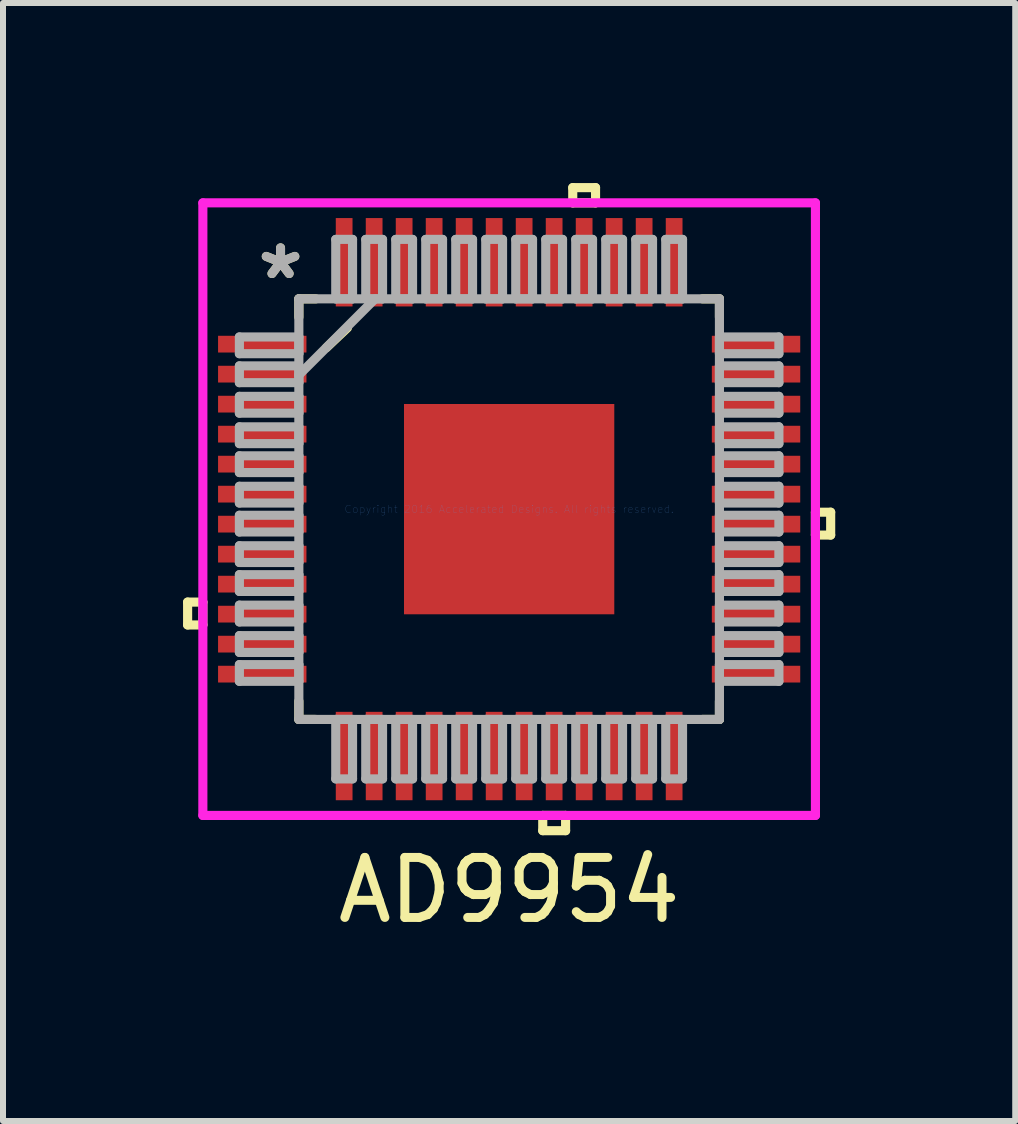
<source format=kicad_pcb>
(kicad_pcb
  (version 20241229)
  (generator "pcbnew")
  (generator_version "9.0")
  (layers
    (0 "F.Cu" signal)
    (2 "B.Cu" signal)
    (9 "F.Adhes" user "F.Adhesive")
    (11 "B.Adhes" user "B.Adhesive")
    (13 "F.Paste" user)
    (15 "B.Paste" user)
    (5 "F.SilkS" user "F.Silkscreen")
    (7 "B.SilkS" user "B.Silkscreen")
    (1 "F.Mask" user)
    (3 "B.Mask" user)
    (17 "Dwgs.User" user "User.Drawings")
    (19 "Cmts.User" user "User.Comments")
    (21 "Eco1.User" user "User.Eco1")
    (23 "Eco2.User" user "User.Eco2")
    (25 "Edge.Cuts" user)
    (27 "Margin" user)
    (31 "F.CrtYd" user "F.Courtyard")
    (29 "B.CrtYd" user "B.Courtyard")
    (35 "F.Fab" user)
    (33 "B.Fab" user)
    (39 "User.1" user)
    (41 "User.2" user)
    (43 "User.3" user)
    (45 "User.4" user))
  (footprint "AD9954"
    (layer "F.Cu")
    (at 5.436 5.436)
    (property "Reference" "AD9954" (at 0 6.35 0) (layer "F.SilkS") (effects (font (size 1 1) (thickness 0.15))))
    (attr through_hole)
    (fp_line (start -5.359 1.549) (end -5.359 1.93) (stroke (width 0.152) (type solid)) (layer "F.SilkS"))
    (fp_line (start -5.359 1.93) (end -5.105 1.93) (stroke (width 0.152) (type solid)) (layer "F.SilkS"))
    (fp_line (start -5.105 1.549) (end -5.359 1.549) (stroke (width 0.152) (type solid)) (layer "F.SilkS"))
    (fp_line (start -5.105 1.93) (end -5.105 1.549) (stroke (width 0.152) (type solid)) (layer "F.SilkS"))
    (fp_line (start -3.505 -3.505) (end -3.505 -3.2) (stroke (width 0.152) (type solid)) (layer "F.SilkS"))
    (fp_line (start -3.505 3.2) (end -3.505 3.505) (stroke (width 0.152) (type solid)) (layer "F.SilkS"))
    (fp_line (start -3.505 3.505) (end -3.222 3.505) (stroke (width 0.152) (type solid)) (layer "F.SilkS"))
    (fp_line (start -3.222 -3.505) (end -3.505 -3.505) (stroke (width 0.152) (type solid)) (layer "F.SilkS"))
    (fp_line (start -3.045 -2.692) (end -2.695 -3.023) (stroke (width 0.152) (type solid)) (layer "F.SilkS"))
    (fp_line (start 0.56 5.105) (end 0.56 5.359) (stroke (width 0.152) (type solid)) (layer "F.SilkS"))
    (fp_line (start 0.56 5.359) (end 0.941 5.359) (stroke (width 0.152) (type solid)) (layer "F.SilkS"))
    (fp_line (start 0.941 5.105) (end 0.56 5.105) (stroke (width 0.152) (type solid)) (layer "F.SilkS"))
    (fp_line (start 0.941 5.359) (end 0.941 5.105) (stroke (width 0.152) (type solid)) (layer "F.SilkS"))
    (fp_line (start 1.06 -5.359) (end 1.44 -5.359) (stroke (width 0.152) (type solid)) (layer "F.SilkS"))
    (fp_line (start 1.06 -5.105) (end 1.06 -5.359) (stroke (width 0.152) (type solid)) (layer "F.SilkS"))
    (fp_line (start 1.44 -5.359) (end 1.44 -5.105) (stroke (width 0.152) (type solid)) (layer "F.SilkS"))
    (fp_line (start 1.44 -5.105) (end 1.06 -5.105) (stroke (width 0.152) (type solid)) (layer "F.SilkS"))
    (fp_line (start 3.222 3.505) (end 3.505 3.505) (stroke (width 0.152) (type solid)) (layer "F.SilkS"))
    (fp_line (start 3.505 -3.505) (end 3.222 -3.505) (stroke (width 0.152) (type solid)) (layer "F.SilkS"))
    (fp_line (start 3.505 -3.2) (end 3.505 -3.505) (stroke (width 0.152) (type solid)) (layer "F.SilkS"))
    (fp_line (start 3.505 3.505) (end 3.505 3.2) (stroke (width 0.152) (type solid)) (layer "F.SilkS"))
    (fp_line (start 5.105 0.051) (end 5.359 0.051) (stroke (width 0.152) (type solid)) (layer "F.SilkS"))
    (fp_line (start 5.105 0.432) (end 5.105 0.051) (stroke (width 0.152) (type solid)) (layer "F.SilkS"))
    (fp_line (start 5.359 0.051) (end 5.359 0.432) (stroke (width 0.152) (type solid)) (layer "F.SilkS"))
    (fp_line (start 5.359 0.432) (end 5.105 0.432) (stroke (width 0.152) (type solid)) (layer "F.SilkS"))
    (fp_line (start -5.105 -5.105) (end 5.105 -5.105) (stroke (width 0.152) (type solid)) (layer "F.CrtYd"))
    (fp_line (start -5.105 5.105) (end -5.105 -5.105) (stroke (width 0.152) (type solid)) (layer "F.CrtYd"))
    (fp_line (start 5.105 -5.105) (end 5.105 5.105) (stroke (width 0.152) (type solid)) (layer "F.CrtYd"))
    (fp_line (start 5.105 5.105) (end -5.105 5.105) (stroke (width 0.152) (type solid)) (layer "F.CrtYd"))
    (fp_line (start -4.496 -2.87) (end -4.496 -2.591) (stroke (width 0.152) (type solid)) (layer "F.Fab"))
    (fp_line (start -4.496 -2.591) (end -3.505 -2.591) (stroke (width 0.152) (type solid)) (layer "F.Fab"))
    (fp_line (start -4.496 -2.388) (end -4.496 -2.108) (stroke (width 0.152) (type solid)) (layer "F.Fab"))
    (fp_line (start -4.496 -2.108) (end -3.505 -2.108) (stroke (width 0.152) (type solid)) (layer "F.Fab"))
    (fp_line (start -4.496 -1.88) (end -4.496 -1.6) (stroke (width 0.152) (type solid)) (layer "F.Fab"))
    (fp_line (start -4.496 -1.6) (end -3.505 -1.6) (stroke (width 0.152) (type solid)) (layer "F.Fab"))
    (fp_line (start -4.496 -1.372) (end -4.496 -1.092) (stroke (width 0.152) (type solid)) (layer "F.Fab"))
    (fp_line (start -4.496 -1.092) (end -3.505 -1.092) (stroke (width 0.152) (type solid)) (layer "F.Fab"))
    (fp_line (start -4.496 -0.889) (end -4.496 -0.61) (stroke (width 0.152) (type solid)) (layer "F.Fab"))
    (fp_line (start -4.496 -0.61) (end -3.505 -0.61) (stroke (width 0.152) (type solid)) (layer "F.Fab"))
    (fp_line (start -4.496 -0.381) (end -4.496 -0.102) (stroke (width 0.152) (type solid)) (layer "F.Fab"))
    (fp_line (start -4.496 -0.102) (end -3.505 -0.102) (stroke (width 0.152) (type solid)) (layer "F.Fab"))
    (fp_line (start -4.496 0.102) (end -4.496 0.381) (stroke (width 0.152) (type solid)) (layer "F.Fab"))
    (fp_line (start -4.496 0.381) (end -3.505 0.381) (stroke (width 0.152) (type solid)) (layer "F.Fab"))
    (fp_line (start -4.496 0.61) (end -4.496 0.889) (stroke (width 0.152) (type solid)) (layer "F.Fab"))
    (fp_line (start -4.496 0.889) (end -3.505 0.889) (stroke (width 0.152) (type solid)) (layer "F.Fab"))
    (fp_line (start -4.496 1.092) (end -4.496 1.372) (stroke (width 0.152) (type solid)) (layer "F.Fab"))
    (fp_line (start -4.496 1.372) (end -3.505 1.372) (stroke (width 0.152) (type solid)) (layer "F.Fab"))
    (fp_line (start -4.496 1.6) (end -4.496 1.88) (stroke (width 0.152) (type solid)) (layer "F.Fab"))
    (fp_line (start -4.496 1.88) (end -3.505 1.88) (stroke (width 0.152) (type solid)) (layer "F.Fab"))
    (fp_line (start -4.496 2.108) (end -4.496 2.388) (stroke (width 0.152) (type solid)) (layer "F.Fab"))
    (fp_line (start -4.496 2.388) (end -3.505 2.388) (stroke (width 0.152) (type solid)) (layer "F.Fab"))
    (fp_line (start -4.496 2.591) (end -4.496 2.87) (stroke (width 0.152) (type solid)) (layer "F.Fab"))
    (fp_line (start -4.496 2.87) (end -3.505 2.87) (stroke (width 0.152) (type solid)) (layer "F.Fab"))
    (fp_line (start -3.505 -3.505) (end -3.505 3.505) (stroke (width 0.152) (type solid)) (layer "F.Fab"))
    (fp_line (start -3.505 -2.87) (end -4.496 -2.87) (stroke (width 0.152) (type solid)) (layer "F.Fab"))
    (fp_line (start -3.505 -2.591) (end -3.505 -2.87) (stroke (width 0.152) (type solid)) (layer "F.Fab"))
    (fp_line (start -3.505 -2.388) (end -4.496 -2.388) (stroke (width 0.152) (type solid)) (layer "F.Fab"))
    (fp_line (start -3.505 -2.235) (end -2.235 -3.505) (stroke (width 0.152) (type solid)) (layer "F.Fab"))
    (fp_line (start -3.505 -2.108) (end -3.505 -2.388) (stroke (width 0.152) (type solid)) (layer "F.Fab"))
    (fp_line (start -3.505 -1.88) (end -4.496 -1.88) (stroke (width 0.152) (type solid)) (layer "F.Fab"))
    (fp_line (start -3.505 -1.6) (end -3.505 -1.88) (stroke (width 0.152) (type solid)) (layer "F.Fab"))
    (fp_line (start -3.505 -1.372) (end -4.496 -1.372) (stroke (width 0.152) (type solid)) (layer "F.Fab"))
    (fp_line (start -3.505 -1.092) (end -3.505 -1.372) (stroke (width 0.152) (type solid)) (layer "F.Fab"))
    (fp_line (start -3.505 -0.889) (end -4.496 -0.889) (stroke (width 0.152) (type solid)) (layer "F.Fab"))
    (fp_line (start -3.505 -0.61) (end -3.505 -0.889) (stroke (width 0.152) (type solid)) (layer "F.Fab"))
    (fp_line (start -3.505 -0.381) (end -4.496 -0.381) (stroke (width 0.152) (type solid)) (layer "F.Fab"))
    (fp_line (start -3.505 -0.102) (end -3.505 -0.381) (stroke (width 0.152) (type solid)) (layer "F.Fab"))
    (fp_line (start -3.505 0.102) (end -4.496 0.102) (stroke (width 0.152) (type solid)) (layer "F.Fab"))
    (fp_line (start -3.505 0.381) (end -3.505 0.102) (stroke (width 0.152) (type solid)) (layer "F.Fab"))
    (fp_line (start -3.505 0.61) (end -4.496 0.61) (stroke (width 0.152) (type solid)) (layer "F.Fab"))
    (fp_line (start -3.505 0.889) (end -3.505 0.61) (stroke (width 0.152) (type solid)) (layer "F.Fab"))
    (fp_line (start -3.505 1.092) (end -4.496 1.092) (stroke (width 0.152) (type solid)) (layer "F.Fab"))
    (fp_line (start -3.505 1.372) (end -3.505 1.092) (stroke (width 0.152) (type solid)) (layer "F.Fab"))
    (fp_line (start -3.505 1.6) (end -4.496 1.6) (stroke (width 0.152) (type solid)) (layer "F.Fab"))
    (fp_line (start -3.505 1.88) (end -3.505 1.6) (stroke (width 0.152) (type solid)) (layer "F.Fab"))
    (fp_line (start -3.505 2.108) (end -4.496 2.108) (stroke (width 0.152) (type solid)) (layer "F.Fab"))
    (fp_line (start -3.505 2.388) (end -3.505 2.108) (stroke (width 0.152) (type solid)) (layer "F.Fab"))
    (fp_line (start -3.505 2.591) (end -4.496 2.591) (stroke (width 0.152) (type solid)) (layer "F.Fab"))
    (fp_line (start -3.505 2.87) (end -3.505 2.591) (stroke (width 0.152) (type solid)) (layer "F.Fab"))
    (fp_line (start -3.505 3.505) (end 3.505 3.505) (stroke (width 0.152) (type solid)) (layer "F.Fab"))
    (fp_line (start -2.89 -4.496) (end -2.89 -3.505) (stroke (width 0.152) (type solid)) (layer "F.Fab"))
    (fp_line (start -2.89 -3.505) (end -2.61 -3.505) (stroke (width 0.152) (type solid)) (layer "F.Fab"))
    (fp_line (start -2.89 3.505) (end -2.89 4.496) (stroke (width 0.152) (type solid)) (layer "F.Fab"))
    (fp_line (start -2.89 4.496) (end -2.61 4.496) (stroke (width 0.152) (type solid)) (layer "F.Fab"))
    (fp_line (start -2.61 -4.496) (end -2.89 -4.496) (stroke (width 0.152) (type solid)) (layer "F.Fab"))
    (fp_line (start -2.61 -3.505) (end -2.61 -4.496) (stroke (width 0.152) (type solid)) (layer "F.Fab"))
    (fp_line (start -2.61 3.505) (end -2.89 3.505) (stroke (width 0.152) (type solid)) (layer "F.Fab"))
    (fp_line (start -2.61 4.496) (end -2.61 3.505) (stroke (width 0.152) (type solid)) (layer "F.Fab"))
    (fp_line (start -2.39 -4.496) (end -2.39 -3.505) (stroke (width 0.152) (type solid)) (layer "F.Fab"))
    (fp_line (start -2.39 -3.505) (end -2.11 -3.505) (stroke (width 0.152) (type solid)) (layer "F.Fab"))
    (fp_line (start -2.39 3.505) (end -2.39 4.496) (stroke (width 0.152) (type solid)) (layer "F.Fab"))
    (fp_line (start -2.39 4.496) (end -2.11 4.496) (stroke (width 0.152) (type solid)) (layer "F.Fab"))
    (fp_line (start -2.11 -4.496) (end -2.39 -4.496) (stroke (width 0.152) (type solid)) (layer "F.Fab"))
    (fp_line (start -2.11 -3.505) (end -2.11 -4.496) (stroke (width 0.152) (type solid)) (layer "F.Fab"))
    (fp_line (start -2.11 3.505) (end -2.39 3.505) (stroke (width 0.152) (type solid)) (layer "F.Fab"))
    (fp_line (start -2.11 4.496) (end -2.11 3.505) (stroke (width 0.152) (type solid)) (layer "F.Fab"))
    (fp_line (start -1.89 -4.496) (end -1.89 -3.505) (stroke (width 0.152) (type solid)) (layer "F.Fab"))
    (fp_line (start -1.89 -3.505) (end -1.61 -3.505) (stroke (width 0.152) (type solid)) (layer "F.Fab"))
    (fp_line (start -1.89 3.505) (end -1.89 4.496) (stroke (width 0.152) (type solid)) (layer "F.Fab"))
    (fp_line (start -1.89 4.496) (end -1.61 4.496) (stroke (width 0.152) (type solid)) (layer "F.Fab"))
    (fp_line (start -1.61 -4.496) (end -1.89 -4.496) (stroke (width 0.152) (type solid)) (layer "F.Fab"))
    (fp_line (start -1.61 -3.505) (end -1.61 -4.496) (stroke (width 0.152) (type solid)) (layer "F.Fab"))
    (fp_line (start -1.61 3.505) (end -1.89 3.505) (stroke (width 0.152) (type solid)) (layer "F.Fab"))
    (fp_line (start -1.61 4.496) (end -1.61 3.505) (stroke (width 0.152) (type solid)) (layer "F.Fab"))
    (fp_line (start -1.39 -4.496) (end -1.39 -3.505) (stroke (width 0.152) (type solid)) (layer "F.Fab"))
    (fp_line (start -1.39 -3.505) (end -1.11 -3.505) (stroke (width 0.152) (type solid)) (layer "F.Fab"))
    (fp_line (start -1.39 3.505) (end -1.39 4.496) (stroke (width 0.152) (type solid)) (layer "F.Fab"))
    (fp_line (start -1.39 4.496) (end -1.11 4.496) (stroke (width 0.152) (type solid)) (layer "F.Fab"))
    (fp_line (start -1.11 -4.496) (end -1.39 -4.496) (stroke (width 0.152) (type solid)) (layer "F.Fab"))
    (fp_line (start -1.11 -3.505) (end -1.11 -4.496) (stroke (width 0.152) (type solid)) (layer "F.Fab"))
    (fp_line (start -1.11 3.505) (end -1.39 3.505) (stroke (width 0.152) (type solid)) (layer "F.Fab"))
    (fp_line (start -1.11 4.496) (end -1.11 3.505) (stroke (width 0.152) (type solid)) (layer "F.Fab"))
    (fp_line (start -0.89 -4.496) (end -0.89 -3.505) (stroke (width 0.152) (type solid)) (layer "F.Fab"))
    (fp_line (start -0.89 -3.505) (end -0.61 -3.505) (stroke (width 0.152) (type solid)) (layer "F.Fab"))
    (fp_line (start -0.89 3.505) (end -0.89 4.496) (stroke (width 0.152) (type solid)) (layer "F.Fab"))
    (fp_line (start -0.89 4.496) (end -0.61 4.496) (stroke (width 0.152) (type solid)) (layer "F.Fab"))
    (fp_line (start -0.61 -4.496) (end -0.89 -4.496) (stroke (width 0.152) (type solid)) (layer "F.Fab"))
    (fp_line (start -0.61 -3.505) (end -0.61 -4.496) (stroke (width 0.152) (type solid)) (layer "F.Fab"))
    (fp_line (start -0.61 3.505) (end -0.89 3.505) (stroke (width 0.152) (type solid)) (layer "F.Fab"))
    (fp_line (start -0.61 4.496) (end -0.61 3.505) (stroke (width 0.152) (type solid)) (layer "F.Fab"))
    (fp_line (start -0.39 -4.496) (end -0.39 -3.505) (stroke (width 0.152) (type solid)) (layer "F.Fab"))
    (fp_line (start -0.39 -3.505) (end -0.11 -3.505) (stroke (width 0.152) (type solid)) (layer "F.Fab"))
    (fp_line (start -0.39 3.505) (end -0.39 4.496) (stroke (width 0.152) (type solid)) (layer "F.Fab"))
    (fp_line (start -0.39 4.496) (end -0.11 4.496) (stroke (width 0.152) (type solid)) (layer "F.Fab"))
    (fp_line (start -0.11 -4.496) (end -0.39 -4.496) (stroke (width 0.152) (type solid)) (layer "F.Fab"))
    (fp_line (start -0.11 -3.505) (end -0.11 -4.496) (stroke (width 0.152) (type solid)) (layer "F.Fab"))
    (fp_line (start -0.11 3.505) (end -0.39 3.505) (stroke (width 0.152) (type solid)) (layer "F.Fab"))
    (fp_line (start -0.11 4.496) (end -0.11 3.505) (stroke (width 0.152) (type solid)) (layer "F.Fab"))
    (fp_line (start 0.11 -4.496) (end 0.11 -3.505) (stroke (width 0.152) (type solid)) (layer "F.Fab"))
    (fp_line (start 0.11 -3.505) (end 0.39 -3.505) (stroke (width 0.152) (type solid)) (layer "F.Fab"))
    (fp_line (start 0.11 3.505) (end 0.11 4.496) (stroke (width 0.152) (type solid)) (layer "F.Fab"))
    (fp_line (start 0.11 4.496) (end 0.39 4.496) (stroke (width 0.152) (type solid)) (layer "F.Fab"))
    (fp_line (start 0.39 -4.496) (end 0.11 -4.496) (stroke (width 0.152) (type solid)) (layer "F.Fab"))
    (fp_line (start 0.39 -3.505) (end 0.39 -4.496) (stroke (width 0.152) (type solid)) (layer "F.Fab"))
    (fp_line (start 0.39 3.505) (end 0.11 3.505) (stroke (width 0.152) (type solid)) (layer "F.Fab"))
    (fp_line (start 0.39 4.496) (end 0.39 3.505) (stroke (width 0.152) (type solid)) (layer "F.Fab"))
    (fp_line (start 0.61 -4.496) (end 0.61 -3.505) (stroke (width 0.152) (type solid)) (layer "F.Fab"))
    (fp_line (start 0.61 -3.505) (end 0.89 -3.505) (stroke (width 0.152) (type solid)) (layer "F.Fab"))
    (fp_line (start 0.61 3.505) (end 0.61 4.496) (stroke (width 0.152) (type solid)) (layer "F.Fab"))
    (fp_line (start 0.61 4.496) (end 0.89 4.496) (stroke (width 0.152) (type solid)) (layer "F.Fab"))
    (fp_line (start 0.89 -4.496) (end 0.61 -4.496) (stroke (width 0.152) (type solid)) (layer "F.Fab"))
    (fp_line (start 0.89 -3.505) (end 0.89 -4.496) (stroke (width 0.152) (type solid)) (layer "F.Fab"))
    (fp_line (start 0.89 3.505) (end 0.61 3.505) (stroke (width 0.152) (type solid)) (layer "F.Fab"))
    (fp_line (start 0.89 4.496) (end 0.89 3.505) (stroke (width 0.152) (type solid)) (layer "F.Fab"))
    (fp_line (start 1.11 -4.496) (end 1.11 -3.505) (stroke (width 0.152) (type solid)) (layer "F.Fab"))
    (fp_line (start 1.11 -3.505) (end 1.39 -3.505) (stroke (width 0.152) (type solid)) (layer "F.Fab"))
    (fp_line (start 1.11 3.505) (end 1.11 4.496) (stroke (width 0.152) (type solid)) (layer "F.Fab"))
    (fp_line (start 1.11 4.496) (end 1.39 4.496) (stroke (width 0.152) (type solid)) (layer "F.Fab"))
    (fp_line (start 1.39 -4.496) (end 1.11 -4.496) (stroke (width 0.152) (type solid)) (layer "F.Fab"))
    (fp_line (start 1.39 -3.505) (end 1.39 -4.496) (stroke (width 0.152) (type solid)) (layer "F.Fab"))
    (fp_line (start 1.39 3.505) (end 1.11 3.505) (stroke (width 0.152) (type solid)) (layer "F.Fab"))
    (fp_line (start 1.39 4.496) (end 1.39 3.505) (stroke (width 0.152) (type solid)) (layer "F.Fab"))
    (fp_line (start 1.61 -4.496) (end 1.61 -3.505) (stroke (width 0.152) (type solid)) (layer "F.Fab"))
    (fp_line (start 1.61 -3.505) (end 1.89 -3.505) (stroke (width 0.152) (type solid)) (layer "F.Fab"))
    (fp_line (start 1.61 3.505) (end 1.61 4.496) (stroke (width 0.152) (type solid)) (layer "F.Fab"))
    (fp_line (start 1.61 4.496) (end 1.89 4.496) (stroke (width 0.152) (type solid)) (layer "F.Fab"))
    (fp_line (start 1.89 -4.496) (end 1.61 -4.496) (stroke (width 0.152) (type solid)) (layer "F.Fab"))
    (fp_line (start 1.89 -3.505) (end 1.89 -4.496) (stroke (width 0.152) (type solid)) (layer "F.Fab"))
    (fp_line (start 1.89 3.505) (end 1.61 3.505) (stroke (width 0.152) (type solid)) (layer "F.Fab"))
    (fp_line (start 1.89 4.496) (end 1.89 3.505) (stroke (width 0.152) (type solid)) (layer "F.Fab"))
    (fp_line (start 2.11 -4.496) (end 2.11 -3.505) (stroke (width 0.152) (type solid)) (layer "F.Fab"))
    (fp_line (start 2.11 -3.505) (end 2.39 -3.505) (stroke (width 0.152) (type solid)) (layer "F.Fab"))
    (fp_line (start 2.11 3.505) (end 2.11 4.496) (stroke (width 0.152) (type solid)) (layer "F.Fab"))
    (fp_line (start 2.11 4.496) (end 2.39 4.496) (stroke (width 0.152) (type solid)) (layer "F.Fab"))
    (fp_line (start 2.39 -4.496) (end 2.11 -4.496) (stroke (width 0.152) (type solid)) (layer "F.Fab"))
    (fp_line (start 2.39 -3.505) (end 2.39 -4.496) (stroke (width 0.152) (type solid)) (layer "F.Fab"))
    (fp_line (start 2.39 3.505) (end 2.11 3.505) (stroke (width 0.152) (type solid)) (layer "F.Fab"))
    (fp_line (start 2.39 4.496) (end 2.39 3.505) (stroke (width 0.152) (type solid)) (layer "F.Fab"))
    (fp_line (start 2.61 -4.496) (end 2.61 -3.505) (stroke (width 0.152) (type solid)) (layer "F.Fab"))
    (fp_line (start 2.61 -3.505) (end 2.89 -3.505) (stroke (width 0.152) (type solid)) (layer "F.Fab"))
    (fp_line (start 2.61 3.505) (end 2.61 4.496) (stroke (width 0.152) (type solid)) (layer "F.Fab"))
    (fp_line (start 2.61 4.496) (end 2.89 4.496) (stroke (width 0.152) (type solid)) (layer "F.Fab"))
    (fp_line (start 2.89 -4.496) (end 2.61 -4.496) (stroke (width 0.152) (type solid)) (layer "F.Fab"))
    (fp_line (start 2.89 -3.505) (end 2.89 -4.496) (stroke (width 0.152) (type solid)) (layer "F.Fab"))
    (fp_line (start 2.89 3.505) (end 2.61 3.505) (stroke (width 0.152) (type solid)) (layer "F.Fab"))
    (fp_line (start 2.89 4.496) (end 2.89 3.505) (stroke (width 0.152) (type solid)) (layer "F.Fab"))
    (fp_line (start 3.505 -3.505) (end -3.505 -3.505) (stroke (width 0.152) (type solid)) (layer "F.Fab"))
    (fp_line (start 3.505 -2.87) (end 3.505 -2.591) (stroke (width 0.152) (type solid)) (layer "F.Fab"))
    (fp_line (start 3.505 -2.591) (end 4.496 -2.591) (stroke (width 0.152) (type solid)) (layer "F.Fab"))
    (fp_line (start 3.505 -2.388) (end 3.505 -2.108) (stroke (width 0.152) (type solid)) (layer "F.Fab"))
    (fp_line (start 3.505 -2.108) (end 4.496 -2.108) (stroke (width 0.152) (type solid)) (layer "F.Fab"))
    (fp_line (start 3.505 -1.88) (end 3.505 -1.6) (stroke (width 0.152) (type solid)) (layer "F.Fab"))
    (fp_line (start 3.505 -1.6) (end 4.496 -1.6) (stroke (width 0.152) (type solid)) (layer "F.Fab"))
    (fp_line (start 3.505 -1.372) (end 3.505 -1.092) (stroke (width 0.152) (type solid)) (layer "F.Fab"))
    (fp_line (start 3.505 -1.092) (end 4.496 -1.092) (stroke (width 0.152) (type solid)) (layer "F.Fab"))
    (fp_line (start 3.505 -0.889) (end 3.505 -0.61) (stroke (width 0.152) (type solid)) (layer "F.Fab"))
    (fp_line (start 3.505 -0.61) (end 4.496 -0.61) (stroke (width 0.152) (type solid)) (layer "F.Fab"))
    (fp_line (start 3.505 -0.381) (end 3.505 -0.102) (stroke (width 0.152) (type solid)) (layer "F.Fab"))
    (fp_line (start 3.505 -0.102) (end 4.496 -0.102) (stroke (width 0.152) (type solid)) (layer "F.Fab"))
    (fp_line (start 3.505 0.102) (end 3.505 0.381) (stroke (width 0.152) (type solid)) (layer "F.Fab"))
    (fp_line (start 3.505 0.381) (end 4.496 0.381) (stroke (width 0.152) (type solid)) (layer "F.Fab"))
    (fp_line (start 3.505 0.61) (end 3.505 0.889) (stroke (width 0.152) (type solid)) (layer "F.Fab"))
    (fp_line (start 3.505 0.889) (end 4.496 0.889) (stroke (width 0.152) (type solid)) (layer "F.Fab"))
    (fp_line (start 3.505 1.092) (end 3.505 1.372) (stroke (width 0.152) (type solid)) (layer "F.Fab"))
    (fp_line (start 3.505 1.372) (end 4.496 1.372) (stroke (width 0.152) (type solid)) (layer "F.Fab"))
    (fp_line (start 3.505 1.6) (end 3.505 1.88) (stroke (width 0.152) (type solid)) (layer "F.Fab"))
    (fp_line (start 3.505 1.88) (end 4.496 1.88) (stroke (width 0.152) (type solid)) (layer "F.Fab"))
    (fp_line (start 3.505 2.108) (end 3.505 2.388) (stroke (width 0.152) (type solid)) (layer "F.Fab"))
    (fp_line (start 3.505 2.388) (end 4.496 2.388) (stroke (width 0.152) (type solid)) (layer "F.Fab"))
    (fp_line (start 3.505 2.591) (end 3.505 2.87) (stroke (width 0.152) (type solid)) (layer "F.Fab"))
    (fp_line (start 3.505 2.87) (end 4.496 2.87) (stroke (width 0.152) (type solid)) (layer "F.Fab"))
    (fp_line (start 3.505 3.505) (end 3.505 -3.505) (stroke (width 0.152) (type solid)) (layer "F.Fab"))
    (fp_line (start 4.496 -2.87) (end 3.505 -2.87) (stroke (width 0.152) (type solid)) (layer "F.Fab"))
    (fp_line (start 4.496 -2.591) (end 4.496 -2.87) (stroke (width 0.152) (type solid)) (layer "F.Fab"))
    (fp_line (start 4.496 -2.388) (end 3.505 -2.388) (stroke (width 0.152) (type solid)) (layer "F.Fab"))
    (fp_line (start 4.496 -2.108) (end 4.496 -2.388) (stroke (width 0.152) (type solid)) (layer "F.Fab"))
    (fp_line (start 4.496 -1.88) (end 3.505 -1.88) (stroke (width 0.152) (type solid)) (layer "F.Fab"))
    (fp_line (start 4.496 -1.6) (end 4.496 -1.88) (stroke (width 0.152) (type solid)) (layer "F.Fab"))
    (fp_line (start 4.496 -1.372) (end 3.505 -1.372) (stroke (width 0.152) (type solid)) (layer "F.Fab"))
    (fp_line (start 4.496 -1.092) (end 4.496 -1.372) (stroke (width 0.152) (type solid)) (layer "F.Fab"))
    (fp_line (start 4.496 -0.889) (end 3.505 -0.889) (stroke (width 0.152) (type solid)) (layer "F.Fab"))
    (fp_line (start 4.496 -0.61) (end 4.496 -0.889) (stroke (width 0.152) (type solid)) (layer "F.Fab"))
    (fp_line (start 4.496 -0.381) (end 3.505 -0.381) (stroke (width 0.152) (type solid)) (layer "F.Fab"))
    (fp_line (start 4.496 -0.102) (end 4.496 -0.381) (stroke (width 0.152) (type solid)) (layer "F.Fab"))
    (fp_line (start 4.496 0.102) (end 3.505 0.102) (stroke (width 0.152) (type solid)) (layer "F.Fab"))
    (fp_line (start 4.496 0.381) (end 4.496 0.102) (stroke (width 0.152) (type solid)) (layer "F.Fab"))
    (fp_line (start 4.496 0.61) (end 3.505 0.61) (stroke (width 0.152) (type solid)) (layer "F.Fab"))
    (fp_line (start 4.496 0.889) (end 4.496 0.61) (stroke (width 0.152) (type solid)) (layer "F.Fab"))
    (fp_line (start 4.496 1.092) (end 3.505 1.092) (stroke (width 0.152) (type solid)) (layer "F.Fab"))
    (fp_line (start 4.496 1.372) (end 4.496 1.092) (stroke (width 0.152) (type solid)) (layer "F.Fab"))
    (fp_line (start 4.496 1.6) (end 3.505 1.6) (stroke (width 0.152) (type solid)) (layer "F.Fab"))
    (fp_line (start 4.496 1.88) (end 4.496 1.6) (stroke (width 0.152) (type solid)) (layer "F.Fab"))
    (fp_line (start 4.496 2.108) (end 3.505 2.108) (stroke (width 0.152) (type solid)) (layer "F.Fab"))
    (fp_line (start 4.496 2.388) (end 4.496 2.108) (stroke (width 0.152) (type solid)) (layer "F.Fab"))
    (fp_line (start 4.496 2.591) (end 3.505 2.591) (stroke (width 0.152) (type solid)) (layer "F.Fab"))
    (fp_line (start 4.496 2.87) (end 4.496 2.591) (stroke (width 0.152) (type solid)) (layer "F.Fab"))
    (fp_text user "*" (at -3.81 -3.81 0) (layer "F.SilkS") (effects (font (size 1 1) (thickness 0.15))))
    (fp_text user "Copyright 2016 Accelerated Designs. All rights reserved." (at 0 0 0) (layer "Cmts.User") (effects (font (size 0.127 0.127) (thickness 0.002))))
    (fp_text user "*" (at -3.81 -3.81 0) (layer "F.Fab") (effects (font (size 1 1) (thickness 0.15))))
    (pad "1" smd rect (at -4.115 -2.75 90) (size 0.279 1.473) (layers "F.Cu" "F.Mask" "F.Paste"))
    (pad "2" smd rect (at -4.115 -2.25 90) (size 0.279 1.473) (layers "F.Cu" "F.Mask" "F.Paste"))
    (pad "3" smd rect (at -4.115 -1.75 90) (size 0.279 1.473) (layers "F.Cu" "F.Mask" "F.Paste"))
    (pad "4" smd rect (at -4.115 -1.25 90) (size 0.279 1.473) (layers "F.Cu" "F.Mask" "F.Paste"))
    (pad "5" smd rect (at -4.115 -0.75 90) (size 0.279 1.473) (layers "F.Cu" "F.Mask" "F.Paste"))
    (pad "6" smd rect (at -4.115 -0.25 90) (size 0.279 1.473) (layers "F.Cu" "F.Mask" "F.Paste"))
    (pad "7" smd rect (at -4.115 0.25 90) (size 0.279 1.473) (layers "F.Cu" "F.Mask" "F.Paste"))
    (pad "8" smd rect (at -4.115 0.75 90) (size 0.279 1.473) (layers "F.Cu" "F.Mask" "F.Paste"))
    (pad "9" smd rect (at -4.115 1.25 90) (size 0.279 1.473) (layers "F.Cu" "F.Mask" "F.Paste"))
    (pad "10" smd rect (at -4.115 1.75 90) (size 0.279 1.473) (layers "F.Cu" "F.Mask" "F.Paste"))
    (pad "11" smd rect (at -4.115 2.25 90) (size 0.279 1.473) (layers "F.Cu" "F.Mask" "F.Paste"))
    (pad "12" smd rect (at -4.115 2.75 90) (size 0.279 1.473) (layers "F.Cu" "F.Mask" "F.Paste"))
    (pad "13" smd rect (at -2.75 4.115) (size 0.279 1.473) (layers "F.Cu" "F.Mask" "F.Paste"))
    (pad "14" smd rect (at -2.25 4.115) (size 0.279 1.473) (layers "F.Cu" "F.Mask" "F.Paste"))
    (pad "15" smd rect (at -1.75 4.115) (size 0.279 1.473) (layers "F.Cu" "F.Mask" "F.Paste"))
    (pad "16" smd rect (at -1.25 4.115) (size 0.279 1.473) (layers "F.Cu" "F.Mask" "F.Paste"))
    (pad "17" smd rect (at -0.75 4.115) (size 0.279 1.473) (layers "F.Cu" "F.Mask" "F.Paste"))
    (pad "18" smd rect (at -0.25 4.115) (size 0.279 1.473) (layers "F.Cu" "F.Mask" "F.Paste"))
    (pad "19" smd rect (at 0.25 4.115) (size 0.279 1.473) (layers "F.Cu" "F.Mask" "F.Paste"))
    (pad "20" smd rect (at 0.75 4.115) (size 0.279 1.473) (layers "F.Cu" "F.Mask" "F.Paste"))
    (pad "21" smd rect (at 1.25 4.115) (size 0.279 1.473) (layers "F.Cu" "F.Mask" "F.Paste"))
    (pad "22" smd rect (at 1.75 4.115) (size 0.279 1.473) (layers "F.Cu" "F.Mask" "F.Paste"))
    (pad "23" smd rect (at 2.25 4.115) (size 0.279 1.473) (layers "F.Cu" "F.Mask" "F.Paste"))
    (pad "24" smd rect (at 2.75 4.115) (size 0.279 1.473) (layers "F.Cu" "F.Mask" "F.Paste"))
    (pad "25" smd rect (at 4.115 2.75 90) (size 0.279 1.473) (layers "F.Cu" "F.Mask" "F.Paste"))
    (pad "26" smd rect (at 4.115 2.25 90) (size 0.279 1.473) (layers "F.Cu" "F.Mask" "F.Paste"))
    (pad "27" smd rect (at 4.115 1.75 90) (size 0.279 1.473) (layers "F.Cu" "F.Mask" "F.Paste"))
    (pad "28" smd rect (at 4.115 1.25 90) (size 0.279 1.473) (layers "F.Cu" "F.Mask" "F.Paste"))
    (pad "29" smd rect (at 4.115 0.75 90) (size 0.279 1.473) (layers "F.Cu" "F.Mask" "F.Paste"))
    (pad "30" smd rect (at 4.115 0.25 90) (size 0.279 1.473) (layers "F.Cu" "F.Mask" "F.Paste"))
    (pad "31" smd rect (at 4.115 -0.25 90) (size 0.279 1.473) (layers "F.Cu" "F.Mask" "F.Paste"))
    (pad "32" smd rect (at 4.115 -0.75 90) (size 0.279 1.473) (layers "F.Cu" "F.Mask" "F.Paste"))
    (pad "33" smd rect (at 4.115 -1.25 90) (size 0.279 1.473) (layers "F.Cu" "F.Mask" "F.Paste"))
    (pad "34" smd rect (at 4.115 -1.75 90) (size 0.279 1.473) (layers "F.Cu" "F.Mask" "F.Paste"))
    (pad "35" smd rect (at 4.115 -2.25 90) (size 0.279 1.473) (layers "F.Cu" "F.Mask" "F.Paste"))
    (pad "36" smd rect (at 4.115 -2.75 90) (size 0.279 1.473) (layers "F.Cu" "F.Mask" "F.Paste"))
    (pad "37" smd rect (at 2.75 -4.115) (size 0.279 1.473) (layers "F.Cu" "F.Mask" "F.Paste"))
    (pad "38" smd rect (at 2.25 -4.115) (size 0.279 1.473) (layers "F.Cu" "F.Mask" "F.Paste"))
    (pad "39" smd rect (at 1.75 -4.115) (size 0.279 1.473) (layers "F.Cu" "F.Mask" "F.Paste"))
    (pad "40" smd rect (at 1.25 -4.115) (size 0.279 1.473) (layers "F.Cu" "F.Mask" "F.Paste"))
    (pad "41" smd rect (at 0.75 -4.115) (size 0.279 1.473) (layers "F.Cu" "F.Mask" "F.Paste"))
    (pad "42" smd rect (at 0.25 -4.115) (size 0.279 1.473) (layers "F.Cu" "F.Mask" "F.Paste"))
    (pad "43" smd rect (at -0.25 -4.115) (size 0.279 1.473) (layers "F.Cu" "F.Mask" "F.Paste"))
    (pad "44" smd rect (at -0.75 -4.115) (size 0.279 1.473) (layers "F.Cu" "F.Mask" "F.Paste"))
    (pad "45" smd rect (at -1.25 -4.115) (size 0.279 1.473) (layers "F.Cu" "F.Mask" "F.Paste"))
    (pad "46" smd rect (at -1.75 -4.115) (size 0.279 1.473) (layers "F.Cu" "F.Mask" "F.Paste"))
    (pad "47" smd rect (at -2.25 -4.115) (size 0.279 1.473) (layers "F.Cu" "F.Mask" "F.Paste"))
    (pad "48" smd rect (at -2.75 -4.115) (size 0.279 1.473) (layers "F.Cu" "F.Mask" "F.Paste"))
    (pad "49" smd rect (at 0 0) (size 3.505 3.505) (layers "F.Cu" "F.Mask" "F.Paste")))
  (gr_rect
    (start -3 -3)
    (end 13.871 15.634)
    (stroke (width 0.1) (type default))
    (fill no)
    (layer "Edge.Cuts")))
</source>
